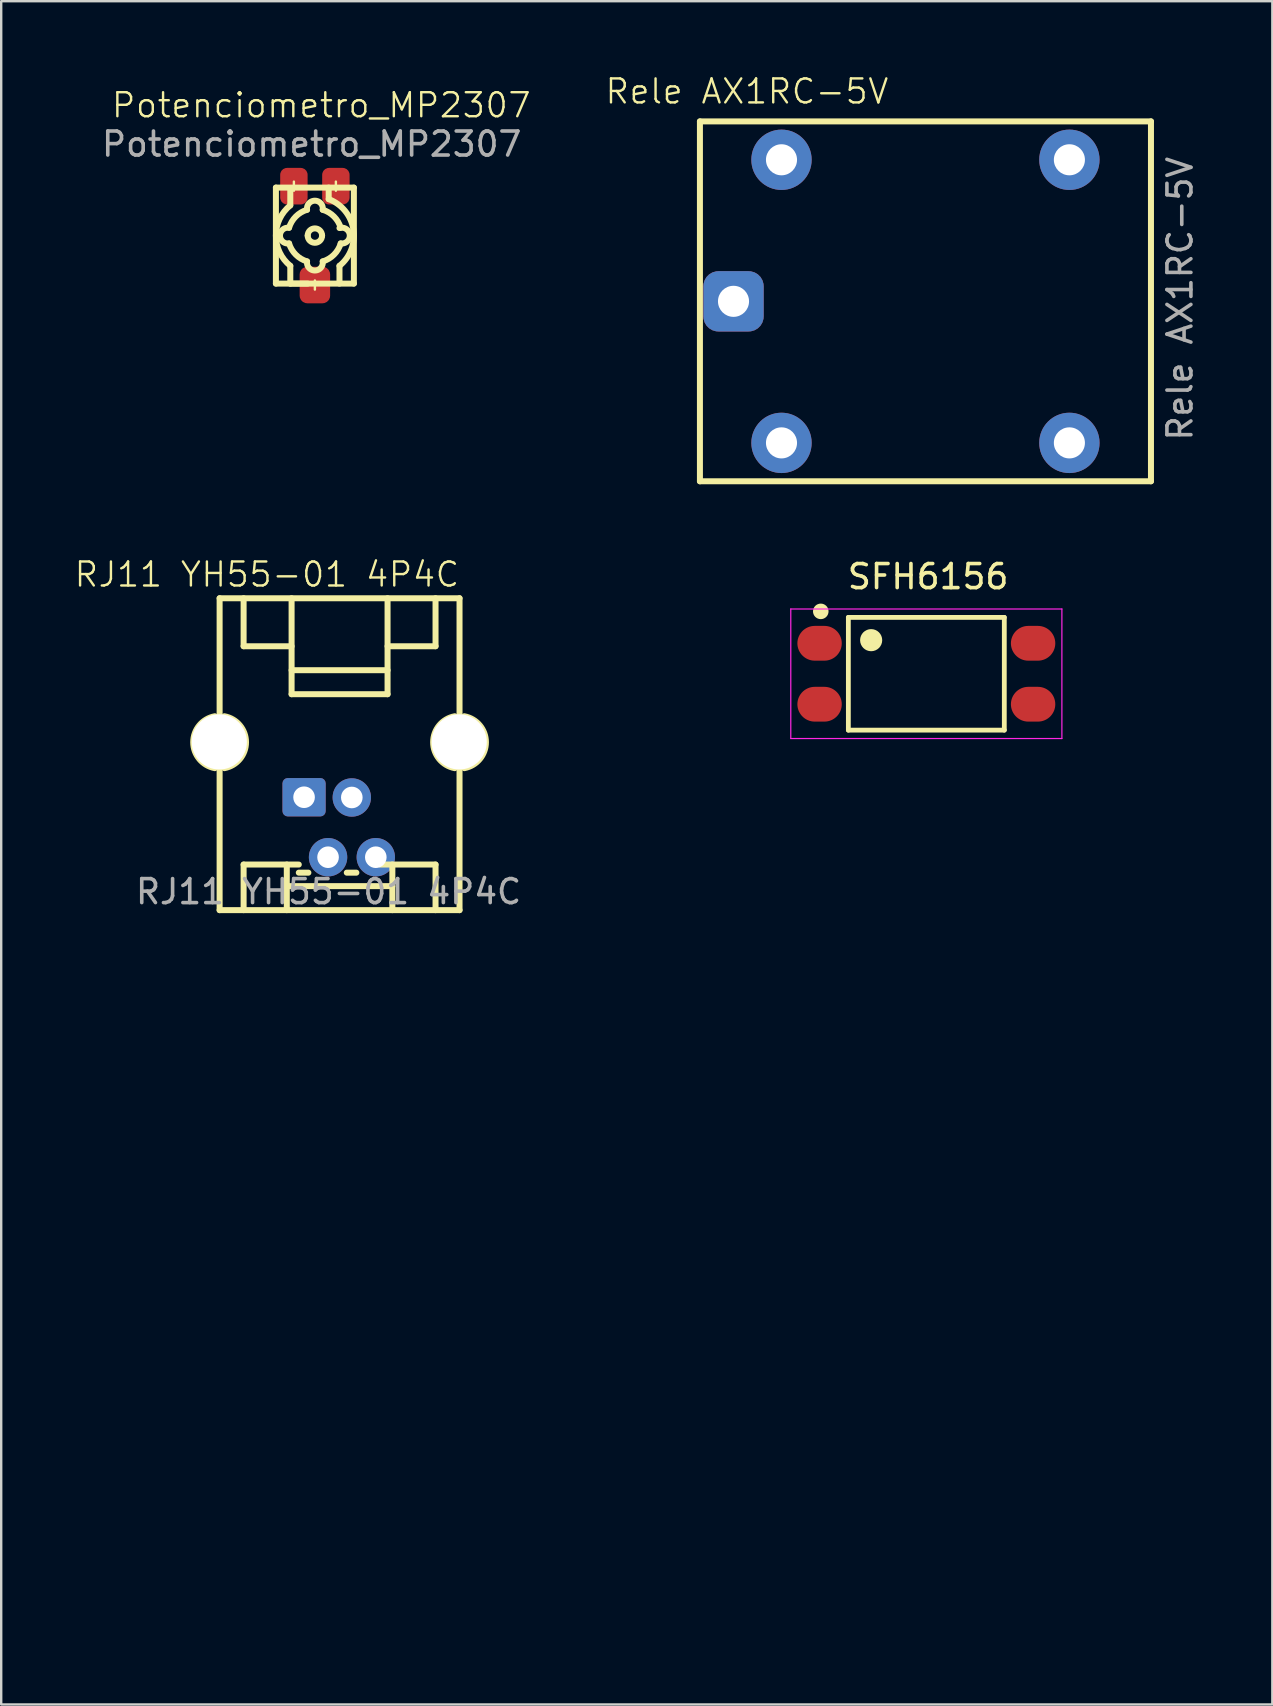
<source format=kicad_pcb>
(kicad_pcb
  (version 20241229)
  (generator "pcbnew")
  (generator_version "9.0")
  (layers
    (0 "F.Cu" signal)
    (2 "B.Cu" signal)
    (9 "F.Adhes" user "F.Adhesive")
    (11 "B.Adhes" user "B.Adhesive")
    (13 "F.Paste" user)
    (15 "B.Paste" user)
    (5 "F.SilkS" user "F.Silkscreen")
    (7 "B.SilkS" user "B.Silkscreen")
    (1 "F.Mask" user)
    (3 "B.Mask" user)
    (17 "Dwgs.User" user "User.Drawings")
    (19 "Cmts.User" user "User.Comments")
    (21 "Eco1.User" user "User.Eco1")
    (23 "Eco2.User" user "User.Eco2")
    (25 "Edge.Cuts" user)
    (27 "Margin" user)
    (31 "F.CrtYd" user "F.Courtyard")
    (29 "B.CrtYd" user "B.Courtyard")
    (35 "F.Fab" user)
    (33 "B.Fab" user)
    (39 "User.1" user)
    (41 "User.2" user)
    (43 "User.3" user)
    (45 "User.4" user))
  (footprint "Potenciometro_MP2307"
    (layer "F.Cu")
    (at 0.25 0.25)
    (property "Reference" "Potenciometro_MP2307" (at 10.092 1.086 0) (unlocked yes) (layer "F.SilkS") (effects (font (size 1 1) (thickness 0.1))))
    (attr smd)
    (fp_line (start 8.2 4.52) (end 8.2 8.52) (stroke (width 0.25) (type default)) (layer "F.SilkS"))
    (fp_line (start 8.2 8.52) (end 11.45 8.52) (stroke (width 0.25) (type default)) (layer "F.SilkS"))
    (fp_line (start 8.8 4.62) (end 8.8 5.259) (stroke (width 0.25) (type default)) (layer "F.SilkS"))
    (fp_line (start 8.8 7.781) (end 8.8 8.52) (stroke (width 0.25) (type default)) (layer "F.SilkS"))
    (fp_line (start 8.8 8.52) (end 9.525 8.52) (stroke (width 0.25) (type default)) (layer "F.SilkS"))
    (fp_line (start 8.95 4.27) (end 8.95 4.65) (stroke (width 0.1) (type default)) (layer "F.SilkS"))
    (fp_line (start 9.825 8.39) (end 9.825 8.77) (stroke (width 0.1) (type default)) (layer "F.SilkS"))
    (fp_line (start 10.4 4.52) (end 10.4 5) (stroke (width 0.25) (type default)) (layer "F.SilkS"))
    (fp_line (start 10.7 4.27) (end 10.7 4.65) (stroke (width 0.1) (type default)) (layer "F.SilkS"))
    (fp_line (start 10.85 7.781) (end 10.85 8.52) (stroke (width 0.25) (type default)) (layer "F.SilkS"))
    (fp_line (start 11.45 4.52) (end 8.2 4.52) (stroke (width 0.25) (type default)) (layer "F.SilkS"))
    (fp_line (start 11.45 8.52) (end 11.45 4.52) (stroke (width 0.25) (type default)) (layer "F.SilkS"))
    (fp_arc (start 8.748399 6.193568) (mid 9.029504 5.724504) (end 9.498567 5.443399) (stroke (width 0.25) (type default)) (layer "F.SilkS"))
    (fp_arc (start 8.748399 6.84643) (mid 8.369999 6.519999) (end 8.748399 6.193568) (stroke (width 0.25) (type default)) (layer "F.SilkS"))
    (fp_arc (start 8.799999 7.78095) (mid 8.199999 6.519999) (end 8.799999 5.259048) (stroke (width 0.25) (type default)) (layer "F.SilkS"))
    (fp_arc (start 9.498567 5.443399) (mid 9.824998 5.064999) (end 10.15143 5.443399) (stroke (width 0.25) (type default)) (layer "F.SilkS"))
    (fp_arc (start 9.498567 7.596599) (mid 9.029504 7.315494) (end 8.748399 6.84643) (stroke (width 0.25) (type default)) (layer "F.SilkS"))
    (fp_arc (start 9.524999 6.519999) (mid 9.824999 6.219999) (end 10.124999 6.519999) (stroke (width 0.25) (type default)) (layer "F.SilkS"))
    (fp_arc (start 10.124999 6.519999) (mid 9.824999 6.819999) (end 9.524999 6.519999) (stroke (width 0.25) (type default)) (layer "F.SilkS"))
    (fp_arc (start 10.15143 5.443399) (mid 10.620494 5.724504) (end 10.901599 6.193568) (stroke (width 0.25) (type default)) (layer "F.SilkS"))
    (fp_arc (start 10.15143 7.596599) (mid 9.824998 7.975) (end 9.498567 7.596599) (stroke (width 0.25) (type default)) (layer "F.SilkS"))
    (fp_arc (start 10.399999 5.000132) (mid 11.429132 6.260415) (end 10.849999 7.780951) (stroke (width 0.25) (type default)) (layer "F.SilkS"))
    (fp_arc (start 10.849999 6.205517) (mid 11.278935 6.493517) (end 10.901599 6.84643) (stroke (width 0.25) (type default)) (layer "F.SilkS"))
    (fp_arc (start 10.901599 6.84643) (mid 10.620494 7.315494) (end 10.15143 7.596599) (stroke (width 0.25) (type default)) (layer "F.SilkS"))
    (fp_text user "${REFERENCE}" (at 9.692 2.706 0) (unlocked yes) (layer "F.Fab") (effects (font (size 1 1) (thickness 0.15))))
    (pad "1" smd roundrect (at 10.7 4.46) (size 1.143 1.524) (layers "F.Cu" "F.Mask" "F.Paste") (roundrect_rratio 0.25))
    (pad "2" smd roundrect (at 9.825 8.58) (size 1.27 1.524) (layers "F.Cu" "F.Mask" "F.Paste") (roundrect_rratio 0.25))
    (pad "3" smd roundrect (at 8.95 4.46) (size 1.143 1.524) (layers "F.Cu" "F.Mask" "F.Paste") (roundrect_rratio 0.25)))
  (footprint "SFH6156"
    (layer "F.Cu")
    (at 35.561 25.033)
    (property "Reference" "SFH6156" (at 0.075 -4.048 0) (layer "F.SilkS") (effects (font (size 1.003 1.003) (thickness 0.15))))
    (attr smd)
    (fp_line (start -3.25 -2.35) (end 3.25 -2.35) (stroke (width 0.2) (type solid)) (layer "F.SilkS"))
    (fp_line (start -3.25 2.35) (end -3.25 -2.35) (stroke (width 0.2) (type solid)) (layer "F.SilkS"))
    (fp_line (start 3.25 -2.35) (end 3.25 2.35) (stroke (width 0.2) (type solid)) (layer "F.SilkS"))
    (fp_line (start 3.25 2.35) (end -3.25 2.35) (stroke (width 0.2) (type solid)) (layer "F.SilkS"))
    (fp_circle (center -4.4 -2.6) (end -4.176 -2.6) (stroke (width 0.2) (type solid)) (fill no) (layer "F.SilkS"))
    (fp_circle (center -2.3 -1.4) (end -1.939 -1.4) (stroke (width 0.2) (type solid)) (fill no) (layer "F.SilkS"))
    (fp_poly (pts (xy -4.613 -2.8) (xy -4.2 -2.8) (xy -4.2 -2.407) (xy -4.613 -2.407)) (stroke (width 0.01) (type solid)) (fill yes) (layer "F.SilkS"))
    (fp_poly (pts (xy -2.606 -1.7) (xy -2 -1.7) (xy -2 -1.103) (xy -2.606 -1.103)) (stroke (width 0.01) (type solid)) (fill yes) (layer "F.SilkS"))
    (fp_line (start -5.65 -2.7) (end 5.65 -2.7) (stroke (width 0.05) (type solid)) (layer "F.CrtYd"))
    (fp_line (start -5.65 2.7) (end -5.65 -2.7) (stroke (width 0.05) (type solid)) (layer "F.CrtYd"))
    (fp_line (start 5.65 -2.7) (end 5.65 2.7) (stroke (width 0.05) (type solid)) (layer "F.CrtYd"))
    (fp_line (start 5.65 2.7) (end -5.65 2.7) (stroke (width 0.05) (type solid)) (layer "F.CrtYd"))
    (pad "1" smd oval (at -4.45 -1.27) (size 1.85 1.45) (layers "F.Cu" "F.Mask" "F.Paste"))
    (pad "2" smd oval (at -4.45 1.27) (size 1.85 1.45) (layers "F.Cu" "F.Mask" "F.Paste"))
    (pad "3" smd oval (at 4.45 1.27) (size 1.85 1.45) (layers "F.Cu" "F.Mask" "F.Paste"))
    (pad "4" smd oval (at 4.45 -1.27) (size 1.85 1.45) (layers "F.Cu" "F.Mask" "F.Paste")))
  (footprint "Rele AX1RC-5V"
    (layer "F.Cu")
    (at 28.084 1.26)
    (property "Reference" "Rele AX1RC-5V" (at 0 -0.5 0) (unlocked yes) (layer "F.SilkS") (effects (font (size 1 1) (thickness 0.1))))
    (attr through_hole)
    (fp_line (start -1.96 0.75) (end -1.96 15.75) (stroke (width 0.25) (type solid)) (layer "F.SilkS"))
    (fp_line (start -1.96 15.75) (end 16.84 15.75) (stroke (width 0.25) (type solid)) (layer "F.SilkS"))
    (fp_line (start 16.84 0.75) (end -1.96 0.75) (stroke (width 0.25) (type solid)) (layer "F.SilkS"))
    (fp_line (start 16.84 15.75) (end 16.84 0.75) (stroke (width 0.25) (type solid)) (layer "F.SilkS"))
    (fp_text user "${REFERENCE}" (at 18.05 8.14 90) (unlocked yes) (layer "F.Fab") (effects (font (size 1 1) (thickness 0.15))))
    (pad "1" thru_hole roundrect (at -0.56 8.25) (size 2.515 2.515) (drill 1.295) (layers "*.Cu" "*.Mask") (roundrect_rratio 0.25))
    (pad "2" thru_hole circle (at 1.44 14.15) (size 2.515 2.515) (drill 1.295) (layers "*.Cu" "*.Mask"))
    (pad "3" thru_hole circle (at 13.44 14.15) (size 2.515 2.515) (drill 1.295) (layers "*.Cu" "*.Mask"))
    (pad "4" thru_hole circle (at 13.44 2.35) (size 2.515 2.515) (drill 1.295) (layers "*.Cu" "*.Mask"))
    (pad "5" thru_hole circle (at 1.44 2.35) (size 2.515 2.515) (drill 1.295) (layers "*.Cu" "*.Mask")))
  (footprint "RJ11 YH55-01 4P4C"
    (layer "F.Cu")
    (at 6.074 21.896)
    (property "Reference" "RJ11 YH55-01 4P4C" (at 2 -1 0) (unlocked yes) (layer "F.SilkS") (effects (font (size 1 1) (thickness 0.1))))
    (attr through_hole)
    (fp_line (start 0.03 -0.01) (end 0.03 4.99) (stroke (width 0.25) (type solid)) (layer "F.SilkS"))
    (fp_line (start 0.03 6.99) (end 0.03 12.99) (stroke (width 0.25) (type solid)) (layer "F.SilkS"))
    (fp_line (start 1.03 -0.01) (end 1.03 1.99) (stroke (width 0.25) (type solid)) (layer "F.SilkS"))
    (fp_line (start 1.03 1.99) (end 3.03 1.99) (stroke (width 0.25) (type solid)) (layer "F.SilkS"))
    (fp_line (start 1.03 11.09) (end 1.03 12.99) (stroke (width 0.25) (type solid)) (layer "F.SilkS"))
    (fp_line (start 2.83 12.99) (end 2.83 11.09) (stroke (width 0.25) (type solid)) (layer "F.SilkS"))
    (fp_line (start 3.03 -0.01) (end 3.03 3.99) (stroke (width 0.25) (type solid)) (layer "F.SilkS"))
    (fp_line (start 3.03 3.99) (end 7.03 3.99) (stroke (width 0.25) (type solid)) (layer "F.SilkS"))
    (fp_line (start 3.33 11.09) (end 1.03 11.09) (stroke (width 0.25) (type solid)) (layer "F.SilkS"))
    (fp_line (start 3.33 11.428) (end 3.73 11.428) (stroke (width 0.25) (type solid)) (layer "F.SilkS"))
    (fp_line (start 5.33 11.428) (end 5.73 11.428) (stroke (width 0.25) (type solid)) (layer "F.SilkS"))
    (fp_line (start 7.03 1.99) (end 9.03 1.99) (stroke (width 0.25) (type solid)) (layer "F.SilkS"))
    (fp_line (start 7.03 2.99) (end 3.03 2.99) (stroke (width 0.25) (type solid)) (layer "F.SilkS"))
    (fp_line (start 7.03 3.99) (end 7.03 -0.01) (stroke (width 0.25) (type solid)) (layer "F.SilkS"))
    (fp_line (start 7.23 11.09) (end 7.23 12.99) (stroke (width 0.25) (type solid)) (layer "F.SilkS"))
    (fp_line (start 7.23 11.99) (end 2.83 11.99) (stroke (width 0.25) (type solid)) (layer "F.SilkS"))
    (fp_line (start 9.03 1.99) (end 9.03 -0.01) (stroke (width 0.25) (type solid)) (layer "F.SilkS"))
    (fp_line (start 9.03 11.09) (end 6.73 11.09) (stroke (width 0.25) (type solid)) (layer "F.SilkS"))
    (fp_line (start 9.03 12.99) (end 9.03 11.09) (stroke (width 0.25) (type solid)) (layer "F.SilkS"))
    (fp_line (start 10.03 -0.01) (end 0.03 -0.01) (stroke (width 0.25) (type solid)) (layer "F.SilkS"))
    (fp_line (start 10.03 4.99) (end 10.03 -0.01) (stroke (width 0.25) (type solid)) (layer "F.SilkS"))
    (fp_line (start 10.03 12.99) (end 0.03 12.99) (stroke (width 0.25) (type solid)) (layer "F.SilkS"))
    (fp_line (start 10.03 12.99) (end 10.03 6.99) (stroke (width 0.25) (type solid)) (layer "F.SilkS"))
    (fp_arc (start -0.17 7.071665) (mid -1.07 5.99) (end -0.17 4.908335) (stroke (width 0.25) (type solid)) (layer "F.SilkS"))
    (fp_arc (start 0.23 4.908335) (mid 1.13 5.99) (end 0.23 7.071665) (stroke (width 0.25) (type solid)) (layer "F.SilkS"))
    (fp_arc (start 9.83 7.071665) (mid 8.93 5.99) (end 9.83 4.908335) (stroke (width 0.25) (type solid)) (layer "F.SilkS"))
    (fp_arc (start 10.23 4.908335) (mid 11.13 5.99) (end 10.23 7.071665) (stroke (width 0.25) (type solid)) (layer "F.SilkS"))
    (fp_text user "" (at -0.254 41.286 0) (layer "F.SilkS") (effects (font (size 4.834 3.045) (thickness 0.604)) (justify left top)))
    (fp_text user "" (at 19 28.25 0) (layer "F.SilkS") (effects (font (size 4.834 3.045) (thickness 0.604)) (justify left top)))
    (fp_text user "${REFERENCE}" (at 4.57 12.22 0) (unlocked yes) (layer "F.Fab") (effects (font (size 1 1) (thickness 0.15))))
    (pad "" np_thru_hole circle (at 0.016 5.978 180) (size 2.3 2.3) (drill 2.3) (layers "*.Cu" "*.Mask"))
    (pad "" np_thru_hole circle (at 10.016 5.978 180) (size 2.3 2.3) (drill 2.3) (layers "*.Cu" "*.Mask"))
    (pad "1" thru_hole roundrect (at 3.55 8.284 90) (size 1.6 1.8) (drill 0.9) (layers "*.Cu" "*.Mask") (roundrect_rratio 0.139))
    (pad "2" thru_hole circle (at 4.55 10.784 180) (size 1.6 1.6) (drill 0.9) (layers "*.Cu" "*.Mask"))
    (pad "3" thru_hole circle (at 5.54 8.294 180) (size 1.6 1.6) (drill 0.9) (layers "*.Cu" "*.Mask"))
    (pad "4" thru_hole circle (at 6.54 10.784 180) (size 1.6 1.6) (drill 0.9) (layers "*.Cu" "*.Mask")))
  (gr_rect
    (start -3 -3)
    (end 49.983 67.995)
    (stroke (width 0.1) (type default))
    (fill no)
    (layer "Edge.Cuts")))
</source>
